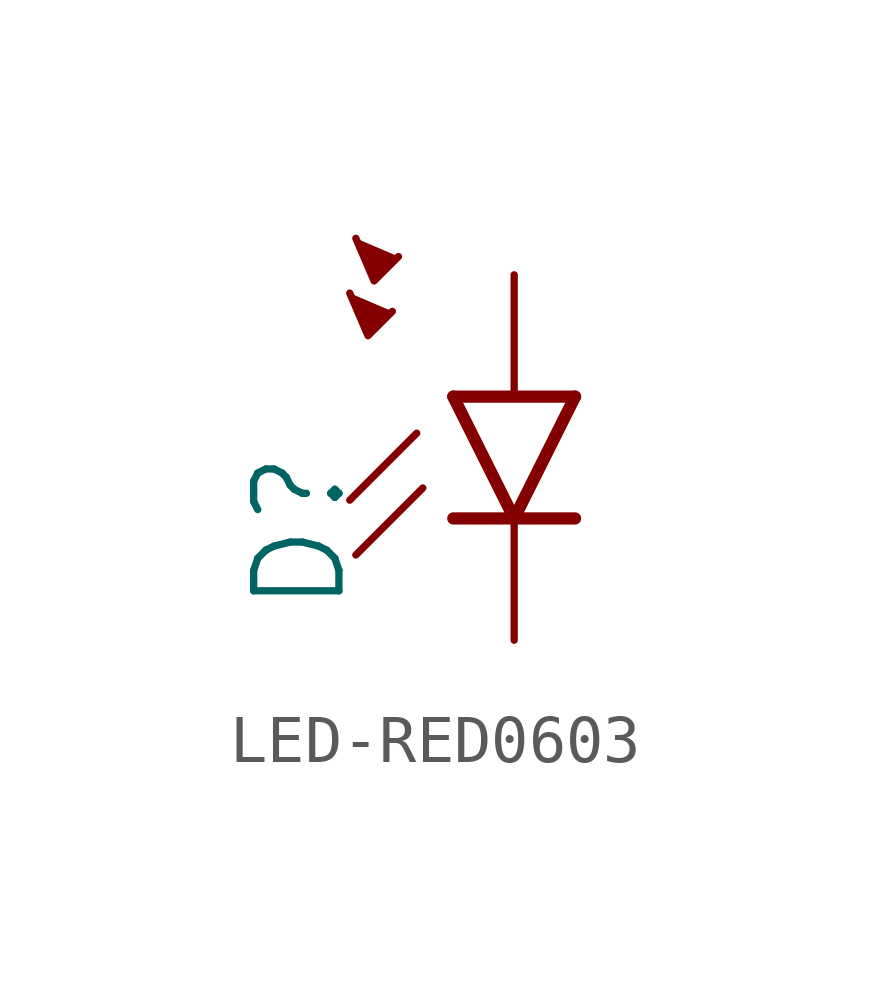
<source format=kicad_sym>
(kicad_symbol_lib
  (version 20241209)
  (generator "kicad_symbol_editor")
  (generator_version "9.0")
  (symbol "LED-RED0603"
    (property "Reference" "D"
      (at -3.429 -4.572 90)
      (effects (font (size 1.778 1.778)) (justify left bottom)))
    (property "Value" ""
      (at 1.905 -4.572 90)
      (effects (font (size 1.778 1.778)) (justify left top)))
    (property "ki_locked" ""
      (at 0 0 0)
      (effects (font (size 1.27 1.27))))
    (symbol "LED-RED0603_1_0"
      (polyline (pts (xy -3.429 2.159) (xy -3.048 1.27) (xy -2.54 1.778)) (stroke (width 0.152) (type solid)) (fill (type outline)))
      (polyline (pts (xy -3.302 3.302) (xy -2.921 2.413) (xy -2.413 2.921)) (stroke (width 0.152) (type solid)) (fill (type outline)))
      (polyline (pts (xy -2.032 -0.762) (xy -3.429 -2.159)) (stroke (width 0.152) (type solid)) (fill (type none)))
      (polyline (pts (xy -1.905 -1.905) (xy -3.302 -3.302)) (stroke (width 0.152) (type solid)) (fill (type none)))
      (polyline (pts (xy 0 -2.54) (xy -1.27 0)) (stroke (width 0.254) (type solid)) (fill (type none)))
      (polyline (pts (xy 0 -2.54) (xy -1.27 -2.54)) (stroke (width 0.254) (type solid)) (fill (type none)))
      (polyline (pts (xy 1.27 0) (xy -1.27 0)) (stroke (width 0.254) (type solid)) (fill (type none)))
      (polyline (pts (xy 1.27 0) (xy 0 -2.54)) (stroke (width 0.254) (type solid)) (fill (type none)))
      (polyline (pts (xy 1.27 -2.54) (xy 0 -2.54)) (stroke (width 0.254) (type solid)) (fill (type none)))
      (pin passive line (at 0 2.54 270) (length 2.54) (name "A" (effects (font (size 0 0)))) (number "A" (effects (font (size 0 0)))))
      (pin passive line (at 0 -5.08 90) (length 2.54) (name "C" (effects (font (size 0 0)))) (number "C" (effects (font (size 0 0))))))))
</source>
